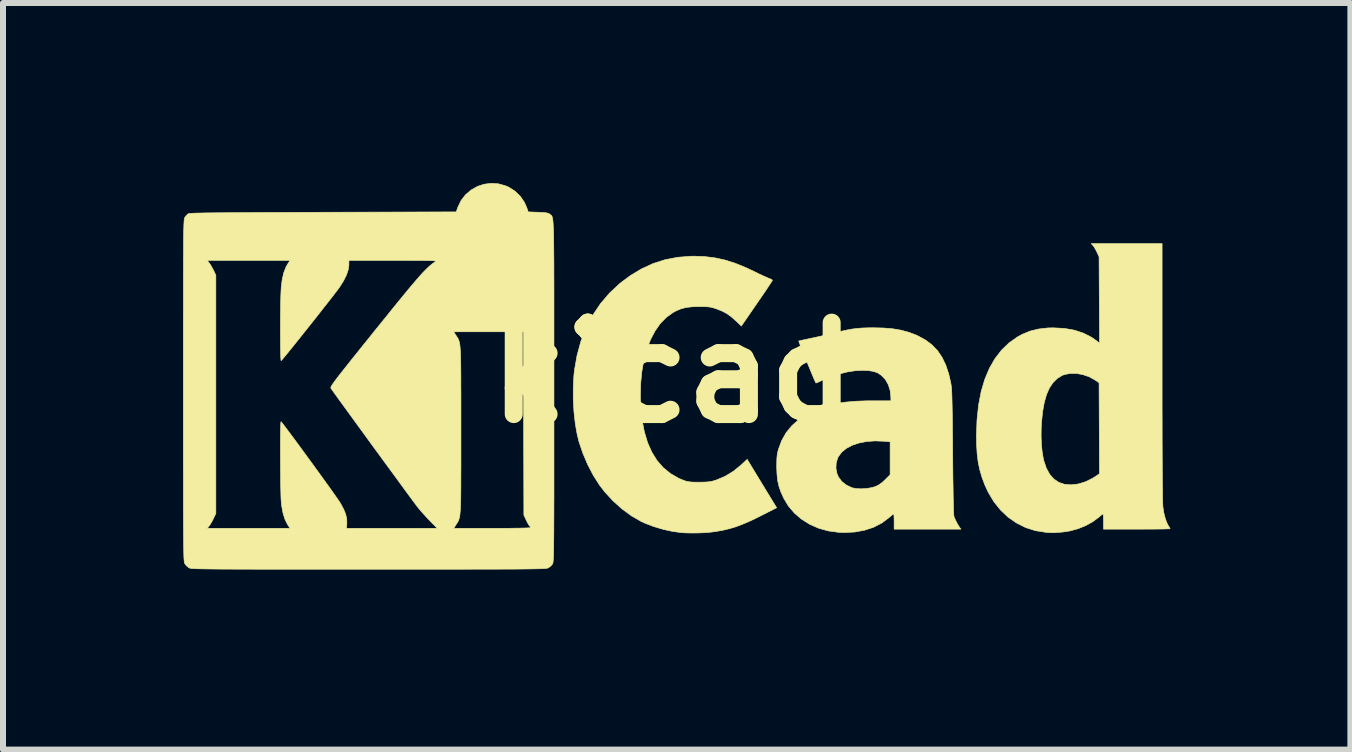
<source format=kicad_pcb>
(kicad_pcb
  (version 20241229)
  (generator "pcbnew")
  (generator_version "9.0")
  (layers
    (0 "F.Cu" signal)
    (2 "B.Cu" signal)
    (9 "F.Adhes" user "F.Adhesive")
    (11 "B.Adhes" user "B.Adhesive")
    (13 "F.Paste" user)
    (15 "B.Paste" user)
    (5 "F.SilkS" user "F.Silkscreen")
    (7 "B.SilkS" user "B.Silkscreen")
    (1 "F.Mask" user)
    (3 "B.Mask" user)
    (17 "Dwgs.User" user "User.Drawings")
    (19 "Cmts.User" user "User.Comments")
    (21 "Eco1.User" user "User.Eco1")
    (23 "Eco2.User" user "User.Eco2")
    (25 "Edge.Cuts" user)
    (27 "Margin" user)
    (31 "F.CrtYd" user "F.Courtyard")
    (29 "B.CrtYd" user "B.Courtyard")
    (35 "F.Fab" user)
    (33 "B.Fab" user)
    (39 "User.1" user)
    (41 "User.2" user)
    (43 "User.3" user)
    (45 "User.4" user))
  (footprint "kicad"
    (layer "F.Cu")
    (at 8.16 3.161)
    (property "Reference" "kicad" (at 0 0 0) (layer "F.SilkS") (effects (font (size 1.524 1.524) (thickness 0.3))))
    (attr through_hole)
    (fp_poly (pts (xy 0.536 -1.935) (xy 0.705 -1.914) (xy 0.871 -1.878) (xy 1.041 -1.824) (xy 1.218 -1.752) (xy 1.35 -1.69) (xy 1.423 -1.654) (xy 1.49 -1.622) (xy 1.549 -1.596) (xy 1.592 -1.577) (xy 1.611 -1.57) (xy 1.643 -1.557) (xy 1.66 -1.543) (xy 1.661 -1.539) (xy 1.653 -1.524) (xy 1.631 -1.491) (xy 1.598 -1.441) (xy 1.555 -1.376) (xy 1.504 -1.301) (xy 1.446 -1.217) (xy 1.401 -1.151) (xy 1.144 -0.778) (xy 1.05 -0.867) (xy 0.974 -0.934) (xy 0.904 -0.984) (xy 0.83 -1.024) (xy 0.741 -1.06) (xy 0.727 -1.065) (xy 0.68 -1.08) (xy 0.64 -1.091) (xy 0.597 -1.097) (xy 0.546 -1.101) (xy 0.479 -1.102) (xy 0.441 -1.102) (xy 0.325 -1.099) (xy 0.228 -1.088) (xy 0.143 -1.067) (xy 0.063 -1.034) (xy 0.007 -1.004) (xy -0.105 -0.924) (xy -0.206 -0.821) (xy -0.294 -0.696) (xy -0.37 -0.552) (xy -0.432 -0.39) (xy -0.481 -0.211) (xy -0.515 -0.017) (xy -0.535 0.191) (xy -0.539 0.411) (xy -0.534 0.558) (xy -0.512 0.781) (xy -0.473 0.983) (xy -0.419 1.164) (xy -0.348 1.324) (xy -0.261 1.464) (xy -0.157 1.583) (xy -0.036 1.681) (xy 0.101 1.76) (xy 0.171 1.789) (xy 0.21 1.804) (xy 0.246 1.813) (xy 0.285 1.819) (xy 0.333 1.823) (xy 0.398 1.824) (xy 0.441 1.824) (xy 0.519 1.823) (xy 0.578 1.82) (xy 0.625 1.815) (xy 0.668 1.806) (xy 0.714 1.792) (xy 0.729 1.787) (xy 0.875 1.725) (xy 1.016 1.639) (xy 1.139 1.538) (xy 1.241 1.444) (xy 1.486 1.847) (xy 1.732 2.25) (xy 1.464 2.386) (xy 1.316 2.459) (xy 1.183 2.517) (xy 1.061 2.564) (xy 0.942 2.6) (xy 0.823 2.628) (xy 0.697 2.649) (xy 0.612 2.659) (xy 0.527 2.666) (xy 0.426 2.67) (xy 0.319 2.671) (xy 0.219 2.669) (xy 0.14 2.664) (xy -0.005 2.644) (xy -0.159 2.61) (xy -0.312 2.565) (xy -0.455 2.511) (xy -0.528 2.477) (xy -0.688 2.385) (xy -0.844 2.27) (xy -0.993 2.137) (xy -1.129 1.99) (xy -1.22 1.872) (xy -1.323 1.71) (xy -1.417 1.53) (xy -1.497 1.341) (xy -1.561 1.152) (xy -1.591 1.032) (xy -1.623 0.851) (xy -1.645 0.655) (xy -1.657 0.45) (xy -1.657 0.247) (xy -1.647 0.053) (xy -1.638 -0.036) (xy -1.594 -0.288) (xy -1.529 -0.526) (xy -1.442 -0.749) (xy -1.333 -0.958) (xy -1.203 -1.151) (xy -1.053 -1.327) (xy -0.882 -1.487) (xy -0.708 -1.617) (xy -0.519 -1.731) (xy -0.325 -1.82) (xy -0.124 -1.884) (xy 0.086 -1.924) (xy 0.308 -1.941) (xy 0.361 -1.942) (xy 0.536 -1.935)) (stroke (width 0.01) (type solid)) (fill yes) (layer "F.SilkS"))
    (fp_poly (pts (xy 8.155 -0.017) (xy 8.155 0.287) (xy 8.155 0.572) (xy 8.156 0.836) (xy 8.156 1.08) (xy 8.157 1.302) (xy 8.158 1.502) (xy 8.159 1.68) (xy 8.16 1.834) (xy 8.162 1.965) (xy 8.163 2.071) (xy 8.165 2.152) (xy 8.167 2.208) (xy 8.169 2.237) (xy 8.183 2.331) (xy 8.205 2.418) (xy 8.231 2.494) (xy 8.259 2.55) (xy 8.263 2.555) (xy 8.28 2.582) (xy 8.288 2.598) (xy 8.288 2.599) (xy 8.276 2.601) (xy 8.239 2.602) (xy 8.181 2.604) (xy 8.104 2.605) (xy 8.012 2.606) (xy 7.907 2.606) (xy 7.792 2.607) (xy 7.734 2.607) (xy 7.179 2.607) (xy 7.179 2.48) (xy 7.178 2.425) (xy 7.176 2.382) (xy 7.173 2.357) (xy 7.171 2.353) (xy 7.158 2.361) (xy 7.13 2.382) (xy 7.095 2.413) (xy 7.094 2.413) (xy 6.996 2.485) (xy 6.88 2.549) (xy 6.753 2.6) (xy 6.622 2.636) (xy 6.497 2.655) (xy 6.443 2.659) (xy 6.396 2.662) (xy 6.365 2.665) (xy 6.363 2.665) (xy 6.335 2.666) (xy 6.288 2.664) (xy 6.233 2.661) (xy 6.216 2.659) (xy 6.044 2.632) (xy 5.881 2.58) (xy 5.729 2.504) (xy 5.589 2.407) (xy 5.463 2.288) (xy 5.352 2.149) (xy 5.257 1.99) (xy 5.201 1.869) (xy 5.153 1.74) (xy 5.116 1.614) (xy 5.09 1.486) (xy 5.073 1.349) (xy 5.064 1.197) (xy 5.062 1.055) (xy 6.139 1.055) (xy 6.144 1.192) (xy 6.157 1.321) (xy 6.176 1.433) (xy 6.184 1.466) (xy 6.226 1.591) (xy 6.282 1.693) (xy 6.351 1.771) (xy 6.433 1.827) (xy 6.529 1.859) (xy 6.638 1.868) (xy 6.759 1.854) (xy 6.766 1.852) (xy 6.883 1.816) (xy 7.002 1.756) (xy 7.055 1.722) (xy 7.112 1.683) (xy 7.105 0.167) (xy 7.032 0.118) (xy 6.937 0.066) (xy 6.833 0.031) (xy 6.727 0.012) (xy 6.624 0.012) (xy 6.53 0.03) (xy 6.492 0.044) (xy 6.41 0.094) (xy 6.339 0.163) (xy 6.279 0.252) (xy 6.23 0.362) (xy 6.192 0.494) (xy 6.164 0.649) (xy 6.146 0.827) (xy 6.141 0.916) (xy 6.139 1.055) (xy 5.062 1.055) (xy 5.062 1.049) (xy 5.071 0.785) (xy 5.097 0.54) (xy 5.14 0.316) (xy 5.2 0.112) (xy 5.277 -0.072) (xy 5.37 -0.234) (xy 5.479 -0.376) (xy 5.606 -0.498) (xy 5.748 -0.598) (xy 5.821 -0.638) (xy 5.953 -0.693) (xy 6.095 -0.728) (xy 6.251 -0.746) (xy 6.342 -0.748) (xy 6.527 -0.738) (xy 6.694 -0.709) (xy 6.845 -0.659) (xy 6.98 -0.59) (xy 7.042 -0.547) (xy 7.113 -0.493) (xy 7.105 -1.932) (xy 7.068 -2.012) (xy 7.044 -2.059) (xy 7.019 -2.1) (xy 7.002 -2.122) (xy 6.974 -2.152) (xy 8.155 -2.152) (xy 8.155 -0.017)) (stroke (width 0.01) (type solid)) (fill yes) (layer "F.SilkS"))
    (fp_poly (pts (xy 3.515 -0.745) (xy 3.667 -0.732) (xy 3.803 -0.709) (xy 3.928 -0.676) (xy 4.047 -0.632) (xy 4.084 -0.615) (xy 4.211 -0.546) (xy 4.32 -0.465) (xy 4.412 -0.369) (xy 4.488 -0.257) (xy 4.551 -0.126) (xy 4.601 0.026) (xy 4.634 0.17) (xy 4.638 0.195) (xy 4.642 0.224) (xy 4.646 0.258) (xy 4.649 0.299) (xy 4.651 0.35) (xy 4.653 0.413) (xy 4.655 0.489) (xy 4.657 0.58) (xy 4.659 0.688) (xy 4.661 0.815) (xy 4.662 0.963) (xy 4.664 1.135) (xy 4.665 1.323) (xy 4.667 1.539) (xy 4.669 1.733) (xy 4.672 1.902) (xy 4.674 2.048) (xy 4.677 2.169) (xy 4.679 2.266) (xy 4.682 2.337) (xy 4.685 2.382) (xy 4.688 2.4) (xy 4.71 2.451) (xy 4.74 2.511) (xy 4.772 2.564) (xy 4.781 2.577) (xy 4.803 2.607) (xy 3.69 2.607) (xy 3.69 2.48) (xy 3.689 2.425) (xy 3.687 2.382) (xy 3.684 2.357) (xy 3.682 2.353) (xy 3.668 2.361) (xy 3.641 2.383) (xy 3.606 2.413) (xy 3.606 2.413) (xy 3.485 2.504) (xy 3.348 2.575) (xy 3.195 2.625) (xy 3.028 2.655) (xy 2.849 2.663) (xy 2.761 2.659) (xy 2.591 2.636) (xy 2.431 2.591) (xy 2.283 2.526) (xy 2.148 2.441) (xy 2.029 2.34) (xy 1.929 2.223) (xy 1.851 2.093) (xy 1.804 1.99) (xy 1.771 1.895) (xy 1.749 1.798) (xy 1.738 1.693) (xy 1.734 1.591) (xy 2.72 1.591) (xy 2.737 1.68) (xy 2.762 1.738) (xy 2.818 1.813) (xy 2.895 1.873) (xy 2.986 1.916) (xy 2.993 1.918) (xy 3.059 1.931) (xy 3.14 1.935) (xy 3.227 1.93) (xy 3.311 1.916) (xy 3.376 1.898) (xy 3.433 1.87) (xy 3.488 1.831) (xy 3.539 1.784) (xy 3.623 1.7) (xy 3.623 1.152) (xy 3.52 1.142) (xy 3.372 1.136) (xy 3.233 1.146) (xy 3.105 1.171) (xy 2.991 1.209) (xy 2.894 1.26) (xy 2.816 1.324) (xy 2.76 1.399) (xy 2.752 1.415) (xy 2.725 1.499) (xy 2.72 1.591) (xy 1.734 1.591) (xy 1.733 1.571) (xy 1.734 1.488) (xy 1.736 1.425) (xy 1.741 1.373) (xy 1.75 1.326) (xy 1.762 1.277) (xy 1.816 1.131) (xy 1.89 1) (xy 1.986 0.883) (xy 2.103 0.779) (xy 2.244 0.686) (xy 2.34 0.636) (xy 2.46 0.585) (xy 2.588 0.544) (xy 2.727 0.512) (xy 2.882 0.49) (xy 3.055 0.475) (xy 3.249 0.468) (xy 3.336 0.468) (xy 3.636 0.468) (xy 3.636 0.415) (xy 3.625 0.303) (xy 3.594 0.202) (xy 3.545 0.114) (xy 3.478 0.044) (xy 3.417 0.003) (xy 3.348 -0.021) (xy 3.26 -0.036) (xy 3.157 -0.04) (xy 3.045 -0.034) (xy 2.929 -0.016) (xy 2.915 -0.014) (xy 2.809 0.012) (xy 2.694 0.047) (xy 2.582 0.088) (xy 2.482 0.13) (xy 2.455 0.143) (xy 2.419 0.16) (xy 2.393 0.17) (xy 2.386 0.171) (xy 2.379 0.157) (xy 2.363 0.122) (xy 2.341 0.071) (xy 2.314 0.006) (xy 2.284 -0.068) (xy 2.251 -0.147) (xy 2.218 -0.227) (xy 2.187 -0.305) (xy 2.158 -0.377) (xy 2.133 -0.439) (xy 2.114 -0.488) (xy 2.103 -0.518) (xy 2.101 -0.528) (xy 2.115 -0.532) (xy 2.15 -0.54) (xy 2.202 -0.552) (xy 2.265 -0.565) (xy 2.279 -0.568) (xy 2.354 -0.584) (xy 2.446 -0.604) (xy 2.544 -0.627) (xy 2.641 -0.65) (xy 2.687 -0.662) (xy 2.805 -0.69) (xy 2.905 -0.712) (xy 2.992 -0.728) (xy 3.075 -0.738) (xy 3.159 -0.745) (xy 3.251 -0.748) (xy 3.342 -0.749) (xy 3.515 -0.745)) (stroke (width 0.01) (type solid)) (fill yes) (layer "F.SilkS"))
    (fp_poly (pts (xy -2.905 -3.148) (xy -2.788 -3.116) (xy -2.734 -3.093) (xy -2.629 -3.026) (xy -2.54 -2.94) (xy -2.471 -2.84) (xy -2.432 -2.75) (xy -2.408 -2.68) (xy -2.241 -2.674) (xy -2.169 -2.67) (xy -2.119 -2.666) (xy -2.085 -2.66) (xy -2.062 -2.652) (xy -2.046 -2.64) (xy -2.045 -2.64) (xy -2.038 -2.634) (xy -2.031 -2.629) (xy -2.024 -2.623) (xy -2.018 -2.617) (xy -2.013 -2.608) (xy -2.008 -2.596) (xy -2.004 -2.579) (xy -2 -2.558) (xy -1.996 -2.529) (xy -1.993 -2.493) (xy -1.991 -2.449) (xy -1.988 -2.395) (xy -1.986 -2.33) (xy -1.984 -2.253) (xy -1.983 -2.164) (xy -1.982 -2.06) (xy -1.981 -1.941) (xy -1.98 -1.807) (xy -1.98 -1.655) (xy -1.979 -1.485) (xy -1.979 -1.296) (xy -1.979 -1.086) (xy -1.979 -0.855) (xy -1.979 -0.602) (xy -1.979 -0.325) (xy -1.979 -0.023) (xy -1.979 0.303) (xy -1.979 0.628) (xy -1.979 0.927) (xy -1.979 1.202) (xy -1.979 1.453) (xy -1.979 1.682) (xy -1.979 1.889) (xy -1.979 2.076) (xy -1.98 2.244) (xy -1.98 2.393) (xy -1.981 2.526) (xy -1.981 2.642) (xy -1.982 2.743) (xy -1.983 2.831) (xy -1.984 2.906) (xy -1.985 2.969) (xy -1.986 3.022) (xy -1.987 3.065) (xy -1.989 3.099) (xy -1.991 3.126) (xy -1.993 3.147) (xy -1.995 3.162) (xy -1.997 3.173) (xy -2 3.181) (xy -2.002 3.187) (xy -2.004 3.189) (xy -2.033 3.223) (xy -2.072 3.251) (xy -2.076 3.253) (xy -2.083 3.255) (xy -2.092 3.258) (xy -2.106 3.26) (xy -2.125 3.262) (xy -2.15 3.264) (xy -2.182 3.265) (xy -2.222 3.267) (xy -2.272 3.268) (xy -2.331 3.269) (xy -2.403 3.27) (xy -2.486 3.271) (xy -2.584 3.272) (xy -2.695 3.273) (xy -2.822 3.273) (xy -2.966 3.274) (xy -3.128 3.274) (xy -3.308 3.274) (xy -3.508 3.275) (xy -3.729 3.275) (xy -3.971 3.275) (xy -4.236 3.275) (xy -4.526 3.275) (xy -4.84 3.275) (xy -5.069 3.275) (xy -5.4 3.275) (xy -5.705 3.275) (xy -5.986 3.275) (xy -6.243 3.275) (xy -6.477 3.275) (xy -6.69 3.275) (xy -6.883 3.275) (xy -7.056 3.274) (xy -7.211 3.274) (xy -7.349 3.273) (xy -7.471 3.273) (xy -7.577 3.272) (xy -7.669 3.271) (xy -7.749 3.27) (xy -7.816 3.269) (xy -7.872 3.268) (xy -7.919 3.267) (xy -7.957 3.265) (xy -7.987 3.264) (xy -8.01 3.262) (xy -8.027 3.26) (xy -8.04 3.258) (xy -8.05 3.255) (xy -8.057 3.253) (xy -8.06 3.251) (xy -8.098 3.222) (xy -8.129 3.184) (xy -8.13 3.181) (xy -8.133 3.175) (xy -8.136 3.167) (xy -8.138 3.156) (xy -8.14 3.142) (xy -8.142 3.122) (xy -8.144 3.096) (xy -8.146 3.063) (xy -8.147 3.022) (xy -8.148 2.971) (xy -8.149 2.91) (xy -8.15 2.838) (xy -8.151 2.753) (xy -8.152 2.654) (xy -8.153 2.54) (xy -8.153 2.411) (xy -8.154 2.265) (xy -8.154 2.101) (xy -8.154 1.918) (xy -8.154 1.715) (xy -8.155 1.491) (xy -8.155 1.244) (xy -8.155 0.974) (xy -8.155 0.68) (xy -8.155 0.361) (xy -8.155 0.294) (xy -8.155 -0.03) (xy -8.155 -0.329) (xy -8.155 -0.603) (xy -8.155 -0.854) (xy -8.154 -1.082) (xy -8.154 -1.289) (xy -8.154 -1.476) (xy -8.154 -1.643) (xy -8.153 -1.792) (xy -8.153 -1.872) (xy -7.757 -1.872) (xy -7.721 -1.825) (xy -7.695 -1.786) (xy -7.667 -1.735) (xy -7.649 -1.701) (xy -7.613 -1.624) (xy -7.613 2.346) (xy -7.651 2.426) (xy -7.676 2.476) (xy -7.704 2.523) (xy -7.721 2.549) (xy -7.755 2.593) (xy -6.377 2.593) (xy -6.418 2.53) (xy -6.461 2.445) (xy -6.493 2.342) (xy -6.516 2.219) (xy -6.524 2.14) (xy -6.527 2.095) (xy -6.529 2.031) (xy -6.531 1.95) (xy -6.533 1.857) (xy -6.534 1.753) (xy -6.535 1.642) (xy -6.536 1.527) (xy -6.537 1.411) (xy -6.537 1.297) (xy -6.537 1.188) (xy -6.536 1.088) (xy -6.535 0.998) (xy -6.534 0.924) (xy -6.532 0.866) (xy -6.53 0.829) (xy -6.527 0.816) (xy -6.527 0.816) (xy -6.517 0.827) (xy -6.493 0.857) (xy -6.457 0.905) (xy -6.41 0.967) (xy -6.354 1.042) (xy -6.29 1.128) (xy -6.221 1.222) (xy -6.148 1.322) (xy -6.072 1.426) (xy -5.995 1.531) (xy -5.919 1.636) (xy -5.846 1.737) (xy -5.776 1.834) (xy -5.712 1.923) (xy -5.656 2.002) (xy -5.608 2.07) (xy -5.571 2.123) (xy -5.547 2.16) (xy -5.54 2.17) (xy -5.486 2.269) (xy -5.45 2.356) (xy -5.432 2.436) (xy -5.43 2.514) (xy -5.43 2.514) (xy -5.436 2.593) (xy -3.923 2.593) (xy -4.044 2.47) (xy -4.1 2.411) (xy -4.159 2.346) (xy -4.213 2.285) (xy -4.247 2.243) (xy -4.265 2.22) (xy -4.296 2.178) (xy -4.341 2.118) (xy -4.396 2.043) (xy -4.461 1.955) (xy -4.534 1.855) (xy -4.614 1.745) (xy -4.7 1.628) (xy -4.79 1.505) (xy -4.883 1.378) (xy -4.977 1.25) (xy -5.071 1.121) (xy -5.163 0.994) (xy -5.252 0.872) (xy -5.337 0.755) (xy -5.417 0.645) (xy -5.489 0.546) (xy -5.553 0.458) (xy -5.607 0.383) (xy -5.649 0.324) (xy -5.679 0.282) (xy -5.695 0.259) (xy -5.696 0.257) (xy -5.698 0.251) (xy -5.696 0.242) (xy -5.69 0.228) (xy -5.679 0.208) (xy -5.661 0.181) (xy -5.635 0.145) (xy -5.601 0.099) (xy -5.557 0.042) (xy -5.502 -0.028) (xy -5.435 -0.112) (xy -5.356 -0.212) (xy -5.262 -0.329) (xy -5.154 -0.464) (xy -5.063 -0.576) (xy -4.979 -0.682) (xy -3.649 -0.682) (xy -3.609 -0.618) (xy -3.596 -0.599) (xy -3.585 -0.581) (xy -3.575 -0.564) (xy -3.567 -0.545) (xy -3.559 -0.523) (xy -3.553 -0.496) (xy -3.547 -0.463) (xy -3.543 -0.422) (xy -3.539 -0.372) (xy -3.536 -0.31) (xy -3.534 -0.236) (xy -3.532 -0.148) (xy -3.531 -0.044) (xy -3.53 0.077) (xy -3.53 0.218) (xy -3.529 0.379) (xy -3.529 0.563) (xy -3.529 0.77) (xy -3.529 0.956) (xy -3.529 1.184) (xy -3.529 1.386) (xy -3.529 1.565) (xy -3.53 1.722) (xy -3.53 1.859) (xy -3.531 1.977) (xy -3.532 2.078) (xy -3.534 2.164) (xy -3.537 2.235) (xy -3.54 2.294) (xy -3.544 2.342) (xy -3.548 2.382) (xy -3.554 2.413) (xy -3.561 2.439) (xy -3.568 2.46) (xy -3.577 2.479) (xy -3.587 2.496) (xy -3.599 2.514) (xy -3.609 2.53) (xy -3.649 2.593) (xy -3.008 2.593) (xy -2.876 2.593) (xy -2.755 2.593) (xy -2.645 2.591) (xy -2.551 2.59) (xy -2.473 2.588) (xy -2.415 2.586) (xy -2.378 2.584) (xy -2.366 2.582) (xy -2.375 2.564) (xy -2.385 2.555) (xy -2.399 2.535) (xy -2.42 2.499) (xy -2.441 2.456) (xy -2.48 2.373) (xy -2.484 0.846) (xy -2.487 -0.682) (xy -3.649 -0.682) (xy -4.979 -0.682) (xy -4.917 -0.758) (xy -4.786 -0.92) (xy -4.67 -1.064) (xy -4.567 -1.191) (xy -4.476 -1.302) (xy -4.397 -1.398) (xy -4.327 -1.481) (xy -4.266 -1.552) (xy -4.213 -1.613) (xy -4.167 -1.664) (xy -4.126 -1.706) (xy -4.09 -1.742) (xy -4.057 -1.773) (xy -4.027 -1.798) (xy -3.997 -1.821) (xy -3.968 -1.842) (xy -3.957 -1.849) (xy -3.952 -1.854) (xy -3.951 -1.858) (xy -3.957 -1.862) (xy -3.972 -1.864) (xy -3.997 -1.867) (xy -4.036 -1.868) (xy -4.09 -1.87) (xy -4.16 -1.87) (xy -4.249 -1.871) (xy -4.358 -1.871) (xy -4.491 -1.872) (xy -4.648 -1.872) (xy -4.66 -1.872) (xy -5.396 -1.872) (xy -5.396 -1.793) (xy -5.407 -1.718) (xy -5.436 -1.63) (xy -5.484 -1.533) (xy -5.549 -1.43) (xy -5.553 -1.423) (xy -5.576 -1.392) (xy -5.613 -1.344) (xy -5.66 -1.282) (xy -5.718 -1.208) (xy -5.783 -1.125) (xy -5.854 -1.035) (xy -5.929 -0.939) (xy -6.007 -0.841) (xy -6.085 -0.743) (xy -6.162 -0.646) (xy -6.236 -0.553) (xy -6.306 -0.466) (xy -6.369 -0.388) (xy -6.424 -0.32) (xy -6.469 -0.266) (xy -6.502 -0.226) (xy -6.521 -0.204) (xy -6.525 -0.201) (xy -6.528 -0.213) (xy -6.531 -0.25) (xy -6.533 -0.306) (xy -6.534 -0.38) (xy -6.536 -0.468) (xy -6.536 -0.567) (xy -6.537 -0.673) (xy -6.537 -0.783) (xy -6.536 -0.895) (xy -6.535 -1.005) (xy -6.534 -1.109) (xy -6.532 -1.206) (xy -6.53 -1.29) (xy -6.527 -1.36) (xy -6.524 -1.412) (xy -6.524 -1.418) (xy -6.507 -1.554) (xy -6.481 -1.667) (xy -6.444 -1.762) (xy -6.418 -1.808) (xy -6.377 -1.872) (xy -7.757 -1.872) (xy -8.153 -1.872) (xy -8.153 -1.924) (xy -8.152 -2.041) (xy -8.152 -2.142) (xy -8.151 -2.229) (xy -8.15 -2.304) (xy -8.149 -2.367) (xy -8.147 -2.419) (xy -8.146 -2.462) (xy -8.144 -2.497) (xy -8.143 -2.524) (xy -8.141 -2.544) (xy -8.139 -2.56) (xy -8.136 -2.571) (xy -8.134 -2.579) (xy -8.131 -2.585) (xy -8.129 -2.589) (xy -8.103 -2.623) (xy -8.074 -2.648) (xy -8.072 -2.649) (xy -8.064 -2.652) (xy -8.046 -2.654) (xy -8.019 -2.656) (xy -7.981 -2.658) (xy -7.93 -2.66) (xy -7.867 -2.661) (xy -7.789 -2.663) (xy -7.696 -2.664) (xy -7.586 -2.665) (xy -7.459 -2.666) (xy -7.313 -2.667) (xy -7.147 -2.668) (xy -6.961 -2.669) (xy -6.753 -2.67) (xy -6.522 -2.671) (xy -6.267 -2.672) (xy -5.987 -2.673) (xy -5.824 -2.674) (xy -3.607 -2.68) (xy -3.582 -2.754) (xy -3.528 -2.867) (xy -3.454 -2.964) (xy -3.359 -3.045) (xy -3.255 -3.104) (xy -3.144 -3.141) (xy -3.025 -3.156) (xy -2.905 -3.148)) (stroke (width 0.01) (type solid)) (fill yes) (layer "F.SilkS")))
  (gr_rect
    (start -3 -3)
    (end 19.453 9.441)
    (stroke (width 0.1) (type default))
    (fill no)
    (layer "Edge.Cuts")))
</source>
